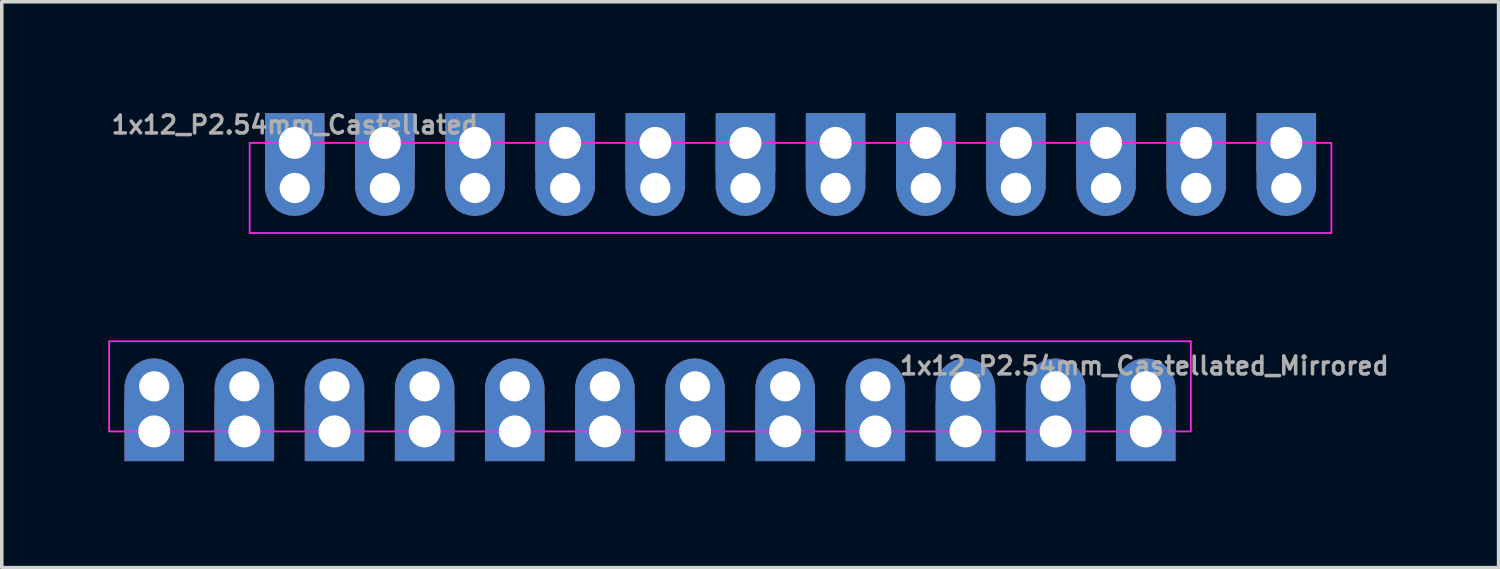
<source format=kicad_pcb>
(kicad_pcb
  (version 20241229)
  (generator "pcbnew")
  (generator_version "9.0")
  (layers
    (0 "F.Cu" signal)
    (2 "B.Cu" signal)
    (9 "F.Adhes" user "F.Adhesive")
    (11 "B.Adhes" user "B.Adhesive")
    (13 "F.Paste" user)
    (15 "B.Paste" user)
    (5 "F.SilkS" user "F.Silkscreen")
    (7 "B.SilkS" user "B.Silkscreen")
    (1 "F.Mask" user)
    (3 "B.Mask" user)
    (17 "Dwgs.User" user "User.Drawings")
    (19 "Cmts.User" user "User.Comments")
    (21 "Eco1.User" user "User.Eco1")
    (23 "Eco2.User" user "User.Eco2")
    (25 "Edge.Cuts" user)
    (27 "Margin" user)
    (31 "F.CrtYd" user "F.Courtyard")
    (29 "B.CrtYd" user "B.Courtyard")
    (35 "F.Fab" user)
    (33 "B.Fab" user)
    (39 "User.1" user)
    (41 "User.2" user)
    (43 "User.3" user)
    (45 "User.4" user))
  (footprint "1x12_P2.54mm_Castellated"
    (layer "F.Cu")
    (at 5.255 2.246)
    (property "Reference" "1x12_P2.54mm_Castellated" (at 0 -1.778 0) (layer "F.Fab") (effects (font (size 0.5 0.5) (thickness 0.1))))
    (fp_rect (start -1.27 -1.27) (end 29.21 1.27) (stroke (width 0.05) (type default)) (fill no) (layer "F.CrtYd"))
    (fp_rect (start -0.254 -0.254) (end 0.254 0.254) (stroke (width 0.1) (type default)) (fill no) (layer "F.Fab"))
    (fp_rect (start 2.286 -0.254) (end 2.794 0.254) (stroke (width 0.1) (type default)) (fill no) (layer "F.Fab"))
    (fp_rect (start 4.826 -0.254) (end 5.334 0.254) (stroke (width 0.1) (type default)) (fill no) (layer "F.Fab"))
    (fp_rect (start 7.366 -0.254) (end 7.874 0.254) (stroke (width 0.1) (type default)) (fill no) (layer "F.Fab"))
    (fp_rect (start 9.906 -0.254) (end 10.414 0.254) (stroke (width 0.1) (type default)) (fill no) (layer "F.Fab"))
    (fp_rect (start 12.446 -0.254) (end 12.954 0.254) (stroke (width 0.1) (type default)) (fill no) (layer "F.Fab"))
    (fp_rect (start 14.986 -0.254) (end 15.494 0.254) (stroke (width 0.1) (type default)) (fill no) (layer "F.Fab"))
    (fp_rect (start 17.526 -0.254) (end 18.034 0.254) (stroke (width 0.1) (type default)) (fill no) (layer "F.Fab"))
    (fp_rect (start 20.066 -0.254) (end 20.574 0.254) (stroke (width 0.1) (type default)) (fill no) (layer "F.Fab"))
    (fp_rect (start 22.606 -0.254) (end 23.114 0.254) (stroke (width 0.1) (type default)) (fill no) (layer "F.Fab"))
    (fp_rect (start 25.146 -0.254) (end 25.654 0.254) (stroke (width 0.1) (type default)) (fill no) (layer "F.Fab"))
    (fp_rect (start 27.686 -0.254) (end 28.194 0.254) (stroke (width 0.1) (type default)) (fill no) (layer "F.Fab"))
    (pad "1" thru_hole rect (at 0 -1.27 270) (size 1.676 1.676) (drill 0.9) (property pad_prop_castellated) (layers "*.Cu" "*.Mask") (remove_unused_layers yes) (keep_end_layers yes) (zone_layer_connections))
    (pad "1" thru_hole custom (at 0 0 90) (size 1.016 1.016) (drill 0.85) (property pad_prop_castellated) (layers "*.Cu" "*.Mask") (remove_unused_layers yes) (keep_end_layers yes) (zone_layer_connections) (options (anchor circle)) (primitives (gr_poly (pts (xy -0.189 0.803) (xy -0.352 0.733) (xy -0.498 0.63) (xy -0.619 0.499) (xy -0.71 0.346) (xy -0.767 0.177) (xy -0.787 0.001) (xy -0.787 -0.001) (xy -0.771 -0.179) (xy -0.716 -0.349) (xy -0.625 -0.505) (xy -0.504 -0.636) (xy -0.356 -0.739) (xy -0.19 -0.807) (xy -0.014 -0.838) (xy 1.27 -0.838) (xy 1.27 0.838) (xy -0.014 0.838)) (width 0) (fill yes))))
    (pad "2" thru_hole rect (at 2.54 -1.27 270) (size 1.676 1.676) (drill 0.9) (property pad_prop_castellated) (layers "*.Cu" "*.Mask") (remove_unused_layers yes) (keep_end_layers yes) (zone_layer_connections))
    (pad "2" thru_hole custom (at 2.54 0 90) (size 1.016 1.016) (drill 0.85) (property pad_prop_castellated) (layers "*.Cu" "*.Mask") (remove_unused_layers yes) (keep_end_layers yes) (zone_layer_connections) (options (anchor circle)) (primitives (gr_poly (pts (xy -0.189 0.803) (xy -0.352 0.733) (xy -0.498 0.63) (xy -0.619 0.499) (xy -0.71 0.346) (xy -0.767 0.177) (xy -0.787 0.001) (xy -0.787 -0.001) (xy -0.771 -0.179) (xy -0.716 -0.349) (xy -0.625 -0.505) (xy -0.504 -0.636) (xy -0.356 -0.739) (xy -0.19 -0.807) (xy -0.014 -0.838) (xy 1.27 -0.838) (xy 1.27 0.838) (xy -0.014 0.838)) (width 0) (fill yes))))
    (pad "3" thru_hole rect (at 5.08 -1.27 270) (size 1.676 1.676) (drill 0.9) (property pad_prop_castellated) (layers "*.Cu" "*.Mask") (remove_unused_layers yes) (keep_end_layers yes) (zone_layer_connections))
    (pad "3" thru_hole custom (at 5.08 0 90) (size 1.016 1.016) (drill 0.85) (property pad_prop_castellated) (layers "*.Cu" "*.Mask") (remove_unused_layers yes) (keep_end_layers yes) (zone_layer_connections) (options (anchor circle)) (primitives (gr_poly (pts (xy -0.189 0.803) (xy -0.352 0.733) (xy -0.498 0.63) (xy -0.619 0.499) (xy -0.71 0.346) (xy -0.767 0.177) (xy -0.787 0.001) (xy -0.787 -0.001) (xy -0.771 -0.179) (xy -0.716 -0.349) (xy -0.625 -0.505) (xy -0.504 -0.636) (xy -0.356 -0.739) (xy -0.19 -0.807) (xy -0.014 -0.838) (xy 1.27 -0.838) (xy 1.27 0.838) (xy -0.014 0.838)) (width 0) (fill yes))))
    (pad "4" thru_hole rect (at 7.62 -1.27 270) (size 1.676 1.676) (drill 0.9) (property pad_prop_castellated) (layers "*.Cu" "*.Mask") (remove_unused_layers yes) (keep_end_layers yes) (zone_layer_connections))
    (pad "4" thru_hole custom (at 7.62 0 90) (size 1.016 1.016) (drill 0.85) (property pad_prop_castellated) (layers "*.Cu" "*.Mask") (remove_unused_layers yes) (keep_end_layers yes) (zone_layer_connections) (options (anchor circle)) (primitives (gr_poly (pts (xy -0.189 0.803) (xy -0.352 0.733) (xy -0.498 0.63) (xy -0.619 0.499) (xy -0.71 0.346) (xy -0.767 0.177) (xy -0.787 0.001) (xy -0.787 -0.001) (xy -0.771 -0.179) (xy -0.716 -0.349) (xy -0.625 -0.505) (xy -0.504 -0.636) (xy -0.356 -0.739) (xy -0.19 -0.807) (xy -0.014 -0.838) (xy 1.27 -0.838) (xy 1.27 0.838) (xy -0.014 0.838)) (width 0) (fill yes))))
    (pad "5" thru_hole rect (at 10.16 -1.27 270) (size 1.676 1.676) (drill 0.9) (property pad_prop_castellated) (layers "*.Cu" "*.Mask") (remove_unused_layers yes) (keep_end_layers yes) (zone_layer_connections))
    (pad "5" thru_hole custom (at 10.16 0 90) (size 1.016 1.016) (drill 0.85) (property pad_prop_castellated) (layers "*.Cu" "*.Mask") (remove_unused_layers yes) (keep_end_layers yes) (zone_layer_connections) (options (anchor circle)) (primitives (gr_poly (pts (xy -0.189 0.803) (xy -0.352 0.733) (xy -0.498 0.63) (xy -0.619 0.499) (xy -0.71 0.346) (xy -0.767 0.177) (xy -0.787 0.001) (xy -0.787 -0.001) (xy -0.771 -0.179) (xy -0.716 -0.349) (xy -0.625 -0.505) (xy -0.504 -0.636) (xy -0.356 -0.739) (xy -0.19 -0.807) (xy -0.014 -0.838) (xy 1.27 -0.838) (xy 1.27 0.838) (xy -0.014 0.838)) (width 0) (fill yes))))
    (pad "6" thru_hole rect (at 12.7 -1.27 270) (size 1.676 1.676) (drill 0.9) (property pad_prop_castellated) (layers "*.Cu" "*.Mask") (remove_unused_layers yes) (keep_end_layers yes) (zone_layer_connections))
    (pad "6" thru_hole custom (at 12.7 0 90) (size 1.016 1.016) (drill 0.85) (property pad_prop_castellated) (layers "*.Cu" "*.Mask") (remove_unused_layers yes) (keep_end_layers yes) (zone_layer_connections) (options (anchor circle)) (primitives (gr_poly (pts (xy -0.189 0.803) (xy -0.352 0.733) (xy -0.498 0.63) (xy -0.619 0.499) (xy -0.71 0.346) (xy -0.767 0.177) (xy -0.787 0.001) (xy -0.787 -0.001) (xy -0.771 -0.179) (xy -0.716 -0.349) (xy -0.625 -0.505) (xy -0.504 -0.636) (xy -0.356 -0.739) (xy -0.19 -0.807) (xy -0.014 -0.838) (xy 1.27 -0.838) (xy 1.27 0.838) (xy -0.014 0.838)) (width 0) (fill yes))))
    (pad "7" thru_hole rect (at 15.24 -1.27 270) (size 1.676 1.676) (drill 0.9) (property pad_prop_castellated) (layers "*.Cu" "*.Mask") (remove_unused_layers yes) (keep_end_layers yes) (zone_layer_connections))
    (pad "7" thru_hole custom (at 15.24 0 90) (size 1.016 1.016) (drill 0.85) (property pad_prop_castellated) (layers "*.Cu" "*.Mask") (remove_unused_layers yes) (keep_end_layers yes) (zone_layer_connections) (options (anchor circle)) (primitives (gr_poly (pts (xy -0.189 0.803) (xy -0.352 0.733) (xy -0.498 0.63) (xy -0.619 0.499) (xy -0.71 0.346) (xy -0.767 0.177) (xy -0.787 0.001) (xy -0.787 -0.001) (xy -0.771 -0.179) (xy -0.716 -0.349) (xy -0.625 -0.505) (xy -0.504 -0.636) (xy -0.356 -0.739) (xy -0.19 -0.807) (xy -0.014 -0.838) (xy 1.27 -0.838) (xy 1.27 0.838) (xy -0.014 0.838)) (width 0) (fill yes))))
    (pad "8" thru_hole rect (at 17.78 -1.27 270) (size 1.676 1.676) (drill 0.9) (property pad_prop_castellated) (layers "*.Cu" "*.Mask") (remove_unused_layers yes) (keep_end_layers yes) (zone_layer_connections))
    (pad "8" thru_hole custom (at 17.78 0 90) (size 1.016 1.016) (drill 0.85) (property pad_prop_castellated) (layers "*.Cu" "*.Mask") (remove_unused_layers yes) (keep_end_layers yes) (zone_layer_connections) (options (anchor circle)) (primitives (gr_poly (pts (xy -0.189 0.803) (xy -0.352 0.733) (xy -0.498 0.63) (xy -0.619 0.499) (xy -0.71 0.346) (xy -0.767 0.177) (xy -0.787 0.001) (xy -0.787 -0.001) (xy -0.771 -0.179) (xy -0.716 -0.349) (xy -0.625 -0.505) (xy -0.504 -0.636) (xy -0.356 -0.739) (xy -0.19 -0.807) (xy -0.014 -0.838) (xy 1.27 -0.838) (xy 1.27 0.838) (xy -0.014 0.838)) (width 0) (fill yes))))
    (pad "9" thru_hole rect (at 20.32 -1.27 270) (size 1.676 1.676) (drill 0.9) (property pad_prop_castellated) (layers "*.Cu" "*.Mask") (remove_unused_layers yes) (keep_end_layers yes) (zone_layer_connections))
    (pad "9" thru_hole custom (at 20.32 0 90) (size 1.016 1.016) (drill 0.85) (property pad_prop_castellated) (layers "*.Cu" "*.Mask") (remove_unused_layers yes) (keep_end_layers yes) (zone_layer_connections) (options (anchor circle)) (primitives (gr_poly (pts (xy -0.189 0.803) (xy -0.352 0.733) (xy -0.498 0.63) (xy -0.619 0.499) (xy -0.71 0.346) (xy -0.767 0.177) (xy -0.787 0.001) (xy -0.787 -0.001) (xy -0.771 -0.179) (xy -0.716 -0.349) (xy -0.625 -0.505) (xy -0.504 -0.636) (xy -0.356 -0.739) (xy -0.19 -0.807) (xy -0.014 -0.838) (xy 1.27 -0.838) (xy 1.27 0.838) (xy -0.014 0.838)) (width 0) (fill yes))))
    (pad "10" thru_hole rect (at 22.86 -1.27 270) (size 1.676 1.676) (drill 0.9) (property pad_prop_castellated) (layers "*.Cu" "*.Mask") (remove_unused_layers yes) (keep_end_layers yes) (zone_layer_connections))
    (pad "10" thru_hole custom (at 22.86 0 90) (size 1.016 1.016) (drill 0.85) (property pad_prop_castellated) (layers "*.Cu" "*.Mask") (remove_unused_layers yes) (keep_end_layers yes) (zone_layer_connections) (options (anchor circle)) (primitives (gr_poly (pts (xy -0.189 0.803) (xy -0.352 0.733) (xy -0.498 0.63) (xy -0.619 0.499) (xy -0.71 0.346) (xy -0.767 0.177) (xy -0.787 0.001) (xy -0.787 -0.001) (xy -0.771 -0.179) (xy -0.716 -0.349) (xy -0.625 -0.505) (xy -0.504 -0.636) (xy -0.356 -0.739) (xy -0.19 -0.807) (xy -0.014 -0.838) (xy 1.27 -0.838) (xy 1.27 0.838) (xy -0.014 0.838)) (width 0) (fill yes))))
    (pad "11" thru_hole rect (at 25.4 -1.27 270) (size 1.676 1.676) (drill 0.9) (property pad_prop_castellated) (layers "*.Cu" "*.Mask") (remove_unused_layers yes) (keep_end_layers yes) (zone_layer_connections))
    (pad "11" thru_hole custom (at 25.4 0 90) (size 1.016 1.016) (drill 0.85) (property pad_prop_castellated) (layers "*.Cu" "*.Mask") (remove_unused_layers yes) (keep_end_layers yes) (zone_layer_connections) (options (anchor circle)) (primitives (gr_poly (pts (xy -0.189 0.803) (xy -0.352 0.733) (xy -0.498 0.63) (xy -0.619 0.499) (xy -0.71 0.346) (xy -0.767 0.177) (xy -0.787 0.001) (xy -0.787 -0.001) (xy -0.771 -0.179) (xy -0.716 -0.349) (xy -0.625 -0.505) (xy -0.504 -0.636) (xy -0.356 -0.739) (xy -0.19 -0.807) (xy -0.014 -0.838) (xy 1.27 -0.838) (xy 1.27 0.838) (xy -0.014 0.838)) (width 0) (fill yes))))
    (pad "12" thru_hole rect (at 27.94 -1.27 270) (size 1.676 1.676) (drill 0.9) (property pad_prop_castellated) (layers "*.Cu" "*.Mask") (remove_unused_layers yes) (keep_end_layers yes) (zone_layer_connections))
    (pad "12" thru_hole custom (at 27.94 0 90) (size 1.016 1.016) (drill 0.85) (property pad_prop_castellated) (layers "*.Cu" "*.Mask") (remove_unused_layers yes) (keep_end_layers yes) (zone_layer_connections) (options (anchor circle)) (primitives (gr_poly (pts (xy -0.189 0.803) (xy -0.352 0.733) (xy -0.498 0.63) (xy -0.619 0.499) (xy -0.71 0.346) (xy -0.767 0.177) (xy -0.787 0.001) (xy -0.787 -0.001) (xy -0.771 -0.179) (xy -0.716 -0.349) (xy -0.625 -0.505) (xy -0.504 -0.636) (xy -0.356 -0.739) (xy -0.19 -0.807) (xy -0.014 -0.838) (xy 1.27 -0.838) (xy 1.27 0.838) (xy -0.014 0.838)) (width 0) (fill yes)))))
  (footprint "1x12_P2.54mm_Castellated_Mirrored"
    (layer "F.Cu")
    (at 1.295 7.836)
    (property "Reference" "1x12_P2.54mm_Castellated_Mirrored" (at 27.9 -0.578 0) (layer "F.Fab") (effects (font (size 0.5 0.5) (thickness 0.1))))
    (fp_rect (start -1.27 1.27) (end 29.21 -1.27) (stroke (width 0.05) (type default)) (fill no) (layer "F.CrtYd"))
    (fp_rect (start -0.254 0.254) (end 0.254 -0.254) (stroke (width 0.1) (type default)) (fill no) (layer "F.Fab"))
    (fp_rect (start 2.286 0.254) (end 2.794 -0.254) (stroke (width 0.1) (type default)) (fill no) (layer "F.Fab"))
    (fp_rect (start 4.826 0.254) (end 5.334 -0.254) (stroke (width 0.1) (type default)) (fill no) (layer "F.Fab"))
    (fp_rect (start 7.366 0.254) (end 7.874 -0.254) (stroke (width 0.1) (type default)) (fill no) (layer "F.Fab"))
    (fp_rect (start 9.906 0.254) (end 10.414 -0.254) (stroke (width 0.1) (type default)) (fill no) (layer "F.Fab"))
    (fp_rect (start 12.446 0.254) (end 12.954 -0.254) (stroke (width 0.1) (type default)) (fill no) (layer "F.Fab"))
    (fp_rect (start 14.986 0.254) (end 15.494 -0.254) (stroke (width 0.1) (type default)) (fill no) (layer "F.Fab"))
    (fp_rect (start 17.526 0.254) (end 18.034 -0.254) (stroke (width 0.1) (type default)) (fill no) (layer "F.Fab"))
    (fp_rect (start 20.066 0.254) (end 20.574 -0.254) (stroke (width 0.1) (type default)) (fill no) (layer "F.Fab"))
    (fp_rect (start 22.606 0.254) (end 23.114 -0.254) (stroke (width 0.1) (type default)) (fill no) (layer "F.Fab"))
    (fp_rect (start 25.146 0.254) (end 25.654 -0.254) (stroke (width 0.1) (type default)) (fill no) (layer "F.Fab"))
    (fp_rect (start 27.686 0.254) (end 28.194 -0.254) (stroke (width 0.1) (type default)) (fill no) (layer "F.Fab"))
    (pad "1" thru_hole custom (at 0 0 270) (size 1.016 1.016) (drill 0.85) (property pad_prop_castellated) (layers "*.Cu" "*.Mask") (remove_unused_layers yes) (keep_end_layers yes) (zone_layer_connections) (options (anchor circle)) (primitives (gr_poly (pts (xy -0.189 -0.803) (xy -0.352 -0.733) (xy -0.498 -0.63) (xy -0.619 -0.499) (xy -0.71 -0.346) (xy -0.767 -0.177) (xy -0.787 -0.001) (xy -0.787 0.001) (xy -0.771 0.179) (xy -0.716 0.349) (xy -0.625 0.505) (xy -0.504 0.636) (xy -0.356 0.739) (xy -0.19 0.807) (xy -0.014 0.838) (xy 1.27 0.838) (xy 1.27 -0.838) (xy -0.014 -0.838)) (width 0) (fill yes))))
    (pad "1" thru_hole rect (at 0 1.27 90) (size 1.676 1.676) (drill 0.9) (property pad_prop_castellated) (layers "*.Cu" "*.Mask") (remove_unused_layers yes) (keep_end_layers yes) (zone_layer_connections))
    (pad "2" thru_hole custom (at 2.54 0 270) (size 1.016 1.016) (drill 0.85) (property pad_prop_castellated) (layers "*.Cu" "*.Mask") (remove_unused_layers yes) (keep_end_layers yes) (zone_layer_connections) (options (anchor circle)) (primitives (gr_poly (pts (xy -0.189 -0.803) (xy -0.352 -0.733) (xy -0.498 -0.63) (xy -0.619 -0.499) (xy -0.71 -0.346) (xy -0.767 -0.177) (xy -0.787 -0.001) (xy -0.787 0.001) (xy -0.771 0.179) (xy -0.716 0.349) (xy -0.625 0.505) (xy -0.504 0.636) (xy -0.356 0.739) (xy -0.19 0.807) (xy -0.014 0.838) (xy 1.27 0.838) (xy 1.27 -0.838) (xy -0.014 -0.838)) (width 0) (fill yes))))
    (pad "2" thru_hole rect (at 2.54 1.27 90) (size 1.676 1.676) (drill 0.9) (property pad_prop_castellated) (layers "*.Cu" "*.Mask") (remove_unused_layers yes) (keep_end_layers yes) (zone_layer_connections))
    (pad "3" thru_hole custom (at 5.08 0 270) (size 1.016 1.016) (drill 0.85) (property pad_prop_castellated) (layers "*.Cu" "*.Mask") (remove_unused_layers yes) (keep_end_layers yes) (zone_layer_connections) (options (anchor circle)) (primitives (gr_poly (pts (xy -0.189 -0.803) (xy -0.352 -0.733) (xy -0.498 -0.63) (xy -0.619 -0.499) (xy -0.71 -0.346) (xy -0.767 -0.177) (xy -0.787 -0.001) (xy -0.787 0.001) (xy -0.771 0.179) (xy -0.716 0.349) (xy -0.625 0.505) (xy -0.504 0.636) (xy -0.356 0.739) (xy -0.19 0.807) (xy -0.014 0.838) (xy 1.27 0.838) (xy 1.27 -0.838) (xy -0.014 -0.838)) (width 0) (fill yes))))
    (pad "3" thru_hole rect (at 5.08 1.27 90) (size 1.676 1.676) (drill 0.9) (property pad_prop_castellated) (layers "*.Cu" "*.Mask") (remove_unused_layers yes) (keep_end_layers yes) (zone_layer_connections))
    (pad "4" thru_hole custom (at 7.62 0 270) (size 1.016 1.016) (drill 0.85) (property pad_prop_castellated) (layers "*.Cu" "*.Mask") (remove_unused_layers yes) (keep_end_layers yes) (zone_layer_connections) (options (anchor circle)) (primitives (gr_poly (pts (xy -0.189 -0.803) (xy -0.352 -0.733) (xy -0.498 -0.63) (xy -0.619 -0.499) (xy -0.71 -0.346) (xy -0.767 -0.177) (xy -0.787 -0.001) (xy -0.787 0.001) (xy -0.771 0.179) (xy -0.716 0.349) (xy -0.625 0.505) (xy -0.504 0.636) (xy -0.356 0.739) (xy -0.19 0.807) (xy -0.014 0.838) (xy 1.27 0.838) (xy 1.27 -0.838) (xy -0.014 -0.838)) (width 0) (fill yes))))
    (pad "4" thru_hole rect (at 7.62 1.27 90) (size 1.676 1.676) (drill 0.9) (property pad_prop_castellated) (layers "*.Cu" "*.Mask") (remove_unused_layers yes) (keep_end_layers yes) (zone_layer_connections))
    (pad "5" thru_hole custom (at 10.16 0 270) (size 1.016 1.016) (drill 0.85) (property pad_prop_castellated) (layers "*.Cu" "*.Mask") (remove_unused_layers yes) (keep_end_layers yes) (zone_layer_connections) (options (anchor circle)) (primitives (gr_poly (pts (xy -0.189 -0.803) (xy -0.352 -0.733) (xy -0.498 -0.63) (xy -0.619 -0.499) (xy -0.71 -0.346) (xy -0.767 -0.177) (xy -0.787 -0.001) (xy -0.787 0.001) (xy -0.771 0.179) (xy -0.716 0.349) (xy -0.625 0.505) (xy -0.504 0.636) (xy -0.356 0.739) (xy -0.19 0.807) (xy -0.014 0.838) (xy 1.27 0.838) (xy 1.27 -0.838) (xy -0.014 -0.838)) (width 0) (fill yes))))
    (pad "5" thru_hole rect (at 10.16 1.27 90) (size 1.676 1.676) (drill 0.9) (property pad_prop_castellated) (layers "*.Cu" "*.Mask") (remove_unused_layers yes) (keep_end_layers yes) (zone_layer_connections))
    (pad "6" thru_hole custom (at 12.7 0 270) (size 1.016 1.016) (drill 0.85) (property pad_prop_castellated) (layers "*.Cu" "*.Mask") (remove_unused_layers yes) (keep_end_layers yes) (zone_layer_connections) (options (anchor circle)) (primitives (gr_poly (pts (xy -0.189 -0.803) (xy -0.352 -0.733) (xy -0.498 -0.63) (xy -0.619 -0.499) (xy -0.71 -0.346) (xy -0.767 -0.177) (xy -0.787 -0.001) (xy -0.787 0.001) (xy -0.771 0.179) (xy -0.716 0.349) (xy -0.625 0.505) (xy -0.504 0.636) (xy -0.356 0.739) (xy -0.19 0.807) (xy -0.014 0.838) (xy 1.27 0.838) (xy 1.27 -0.838) (xy -0.014 -0.838)) (width 0) (fill yes))))
    (pad "6" thru_hole rect (at 12.7 1.27 90) (size 1.676 1.676) (drill 0.9) (property pad_prop_castellated) (layers "*.Cu" "*.Mask") (remove_unused_layers yes) (keep_end_layers yes) (zone_layer_connections))
    (pad "7" thru_hole custom (at 15.24 0 270) (size 1.016 1.016) (drill 0.85) (property pad_prop_castellated) (layers "*.Cu" "*.Mask") (remove_unused_layers yes) (keep_end_layers yes) (zone_layer_connections) (options (anchor circle)) (primitives (gr_poly (pts (xy -0.189 -0.803) (xy -0.352 -0.733) (xy -0.498 -0.63) (xy -0.619 -0.499) (xy -0.71 -0.346) (xy -0.767 -0.177) (xy -0.787 -0.001) (xy -0.787 0.001) (xy -0.771 0.179) (xy -0.716 0.349) (xy -0.625 0.505) (xy -0.504 0.636) (xy -0.356 0.739) (xy -0.19 0.807) (xy -0.014 0.838) (xy 1.27 0.838) (xy 1.27 -0.838) (xy -0.014 -0.838)) (width 0) (fill yes))))
    (pad "7" thru_hole rect (at 15.24 1.27 90) (size 1.676 1.676) (drill 0.9) (property pad_prop_castellated) (layers "*.Cu" "*.Mask") (remove_unused_layers yes) (keep_end_layers yes) (zone_layer_connections))
    (pad "8" thru_hole custom (at 17.78 0 270) (size 1.016 1.016) (drill 0.85) (property pad_prop_castellated) (layers "*.Cu" "*.Mask") (remove_unused_layers yes) (keep_end_layers yes) (zone_layer_connections) (options (anchor circle)) (primitives (gr_poly (pts (xy -0.189 -0.803) (xy -0.352 -0.733) (xy -0.498 -0.63) (xy -0.619 -0.499) (xy -0.71 -0.346) (xy -0.767 -0.177) (xy -0.787 -0.001) (xy -0.787 0.001) (xy -0.771 0.179) (xy -0.716 0.349) (xy -0.625 0.505) (xy -0.504 0.636) (xy -0.356 0.739) (xy -0.19 0.807) (xy -0.014 0.838) (xy 1.27 0.838) (xy 1.27 -0.838) (xy -0.014 -0.838)) (width 0) (fill yes))))
    (pad "8" thru_hole rect (at 17.78 1.27 90) (size 1.676 1.676) (drill 0.9) (property pad_prop_castellated) (layers "*.Cu" "*.Mask") (remove_unused_layers yes) (keep_end_layers yes) (zone_layer_connections))
    (pad "9" thru_hole custom (at 20.32 0 270) (size 1.016 1.016) (drill 0.85) (property pad_prop_castellated) (layers "*.Cu" "*.Mask") (remove_unused_layers yes) (keep_end_layers yes) (zone_layer_connections) (options (anchor circle)) (primitives (gr_poly (pts (xy -0.189 -0.803) (xy -0.352 -0.733) (xy -0.498 -0.63) (xy -0.619 -0.499) (xy -0.71 -0.346) (xy -0.767 -0.177) (xy -0.787 -0.001) (xy -0.787 0.001) (xy -0.771 0.179) (xy -0.716 0.349) (xy -0.625 0.505) (xy -0.504 0.636) (xy -0.356 0.739) (xy -0.19 0.807) (xy -0.014 0.838) (xy 1.27 0.838) (xy 1.27 -0.838) (xy -0.014 -0.838)) (width 0) (fill yes))))
    (pad "9" thru_hole rect (at 20.32 1.27 90) (size 1.676 1.676) (drill 0.9) (property pad_prop_castellated) (layers "*.Cu" "*.Mask") (remove_unused_layers yes) (keep_end_layers yes) (zone_layer_connections))
    (pad "10" thru_hole custom (at 22.86 0 270) (size 1.016 1.016) (drill 0.85) (property pad_prop_castellated) (layers "*.Cu" "*.Mask") (remove_unused_layers yes) (keep_end_layers yes) (zone_layer_connections) (options (anchor circle)) (primitives (gr_poly (pts (xy -0.189 -0.803) (xy -0.352 -0.733) (xy -0.498 -0.63) (xy -0.619 -0.499) (xy -0.71 -0.346) (xy -0.767 -0.177) (xy -0.787 -0.001) (xy -0.787 0.001) (xy -0.771 0.179) (xy -0.716 0.349) (xy -0.625 0.505) (xy -0.504 0.636) (xy -0.356 0.739) (xy -0.19 0.807) (xy -0.014 0.838) (xy 1.27 0.838) (xy 1.27 -0.838) (xy -0.014 -0.838)) (width 0) (fill yes))))
    (pad "10" thru_hole rect (at 22.86 1.27 90) (size 1.676 1.676) (drill 0.9) (property pad_prop_castellated) (layers "*.Cu" "*.Mask") (remove_unused_layers yes) (keep_end_layers yes) (zone_layer_connections))
    (pad "11" thru_hole custom (at 25.4 0 270) (size 1.016 1.016) (drill 0.85) (property pad_prop_castellated) (layers "*.Cu" "*.Mask") (remove_unused_layers yes) (keep_end_layers yes) (zone_layer_connections) (options (anchor circle)) (primitives (gr_poly (pts (xy -0.189 -0.803) (xy -0.352 -0.733) (xy -0.498 -0.63) (xy -0.619 -0.499) (xy -0.71 -0.346) (xy -0.767 -0.177) (xy -0.787 -0.001) (xy -0.787 0.001) (xy -0.771 0.179) (xy -0.716 0.349) (xy -0.625 0.505) (xy -0.504 0.636) (xy -0.356 0.739) (xy -0.19 0.807) (xy -0.014 0.838) (xy 1.27 0.838) (xy 1.27 -0.838) (xy -0.014 -0.838)) (width 0) (fill yes))))
    (pad "11" thru_hole rect (at 25.4 1.27 90) (size 1.676 1.676) (drill 0.9) (property pad_prop_castellated) (layers "*.Cu" "*.Mask") (remove_unused_layers yes) (keep_end_layers yes) (zone_layer_connections))
    (pad "12" thru_hole custom (at 27.94 0 270) (size 1.016 1.016) (drill 0.85) (property pad_prop_castellated) (layers "*.Cu" "*.Mask") (remove_unused_layers yes) (keep_end_layers yes) (zone_layer_connections) (options (anchor circle)) (primitives (gr_poly (pts (xy -0.189 -0.803) (xy -0.352 -0.733) (xy -0.498 -0.63) (xy -0.619 -0.499) (xy -0.71 -0.346) (xy -0.767 -0.177) (xy -0.787 -0.001) (xy -0.787 0.001) (xy -0.771 0.179) (xy -0.716 0.349) (xy -0.625 0.505) (xy -0.504 0.636) (xy -0.356 0.739) (xy -0.19 0.807) (xy -0.014 0.838) (xy 1.27 0.838) (xy 1.27 -0.838) (xy -0.014 -0.838)) (width 0) (fill yes))))
    (pad "12" thru_hole rect (at 27.94 1.27 90) (size 1.676 1.676) (drill 0.9) (property pad_prop_castellated) (layers "*.Cu" "*.Mask") (remove_unused_layers yes) (keep_end_layers yes) (zone_layer_connections)))
  (gr_rect
    (start -3 -3)
    (end 39.176 12.944)
    (stroke (width 0.1) (type default))
    (fill no)
    (layer "Edge.Cuts")))
</source>
